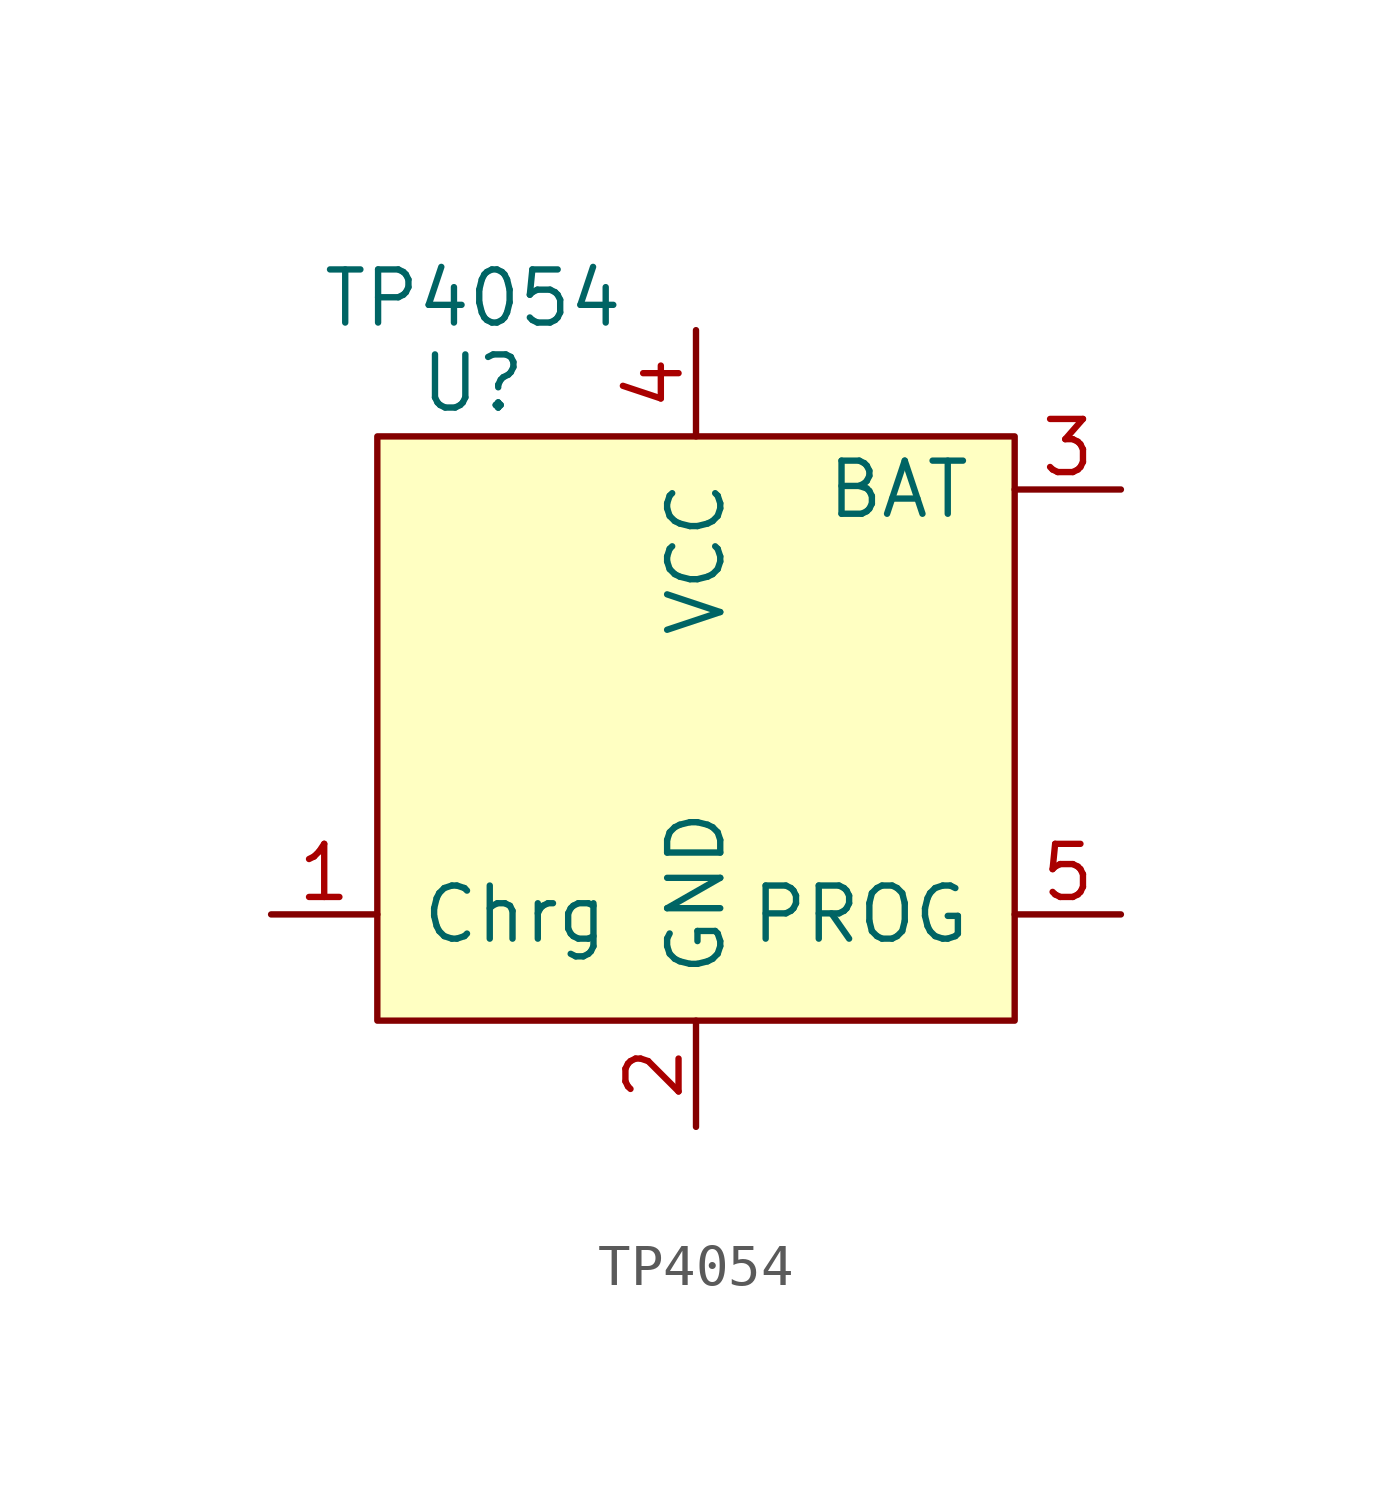
<source format=kicad_sym>
(kicad_symbol_lib
  (version 20231120)
  (generator "kicad_symbol_editor")
  (generator_version "8.0")
  (symbol "TP4054"
    (pin_names
      (offset 1.016))
    (property "Reference" "U"
      (at -5.334 8.89 0)
      (effects (font (size 1.27 1.27))))
    (property "Value" "TP4054"
      (at -5.334 10.922 0)
      (effects (font (size 1.27 1.27))))
    (symbol "TP4054_0_1"
      (rectangle (start -7.62 7.62) (end 7.62 -6.35) (stroke (width 0) (type default)) (fill (type background))))
    (symbol "TP4054_1_1"
      (pin input line (at -10.16 -3.81 0) (length 2.54) (name "Chrg" (effects (font (size 1.27 1.27)))) (number "1" (effects (font (size 1.27 1.27)))))
      (pin input line (at 0 -8.89 90) (length 2.54) (name "GND" (effects (font (size 1.27 1.27)))) (number "2" (effects (font (size 1.27 1.27)))))
      (pin input line (at 10.16 6.35 180) (length 2.54) (name "BAT" (effects (font (size 1.27 1.27)))) (number "3" (effects (font (size 1.27 1.27)))))
      (pin input line (at 0 10.16 270) (length 2.54) (name "VCC" (effects (font (size 1.27 1.27)))) (number "4" (effects (font (size 1.27 1.27)))))
      (pin input line (at 10.16 -3.81 180) (length 2.54) (name "PROG" (effects (font (size 1.27 1.27)))) (number "5" (effects (font (size 1.27 1.27))))))))
</source>
